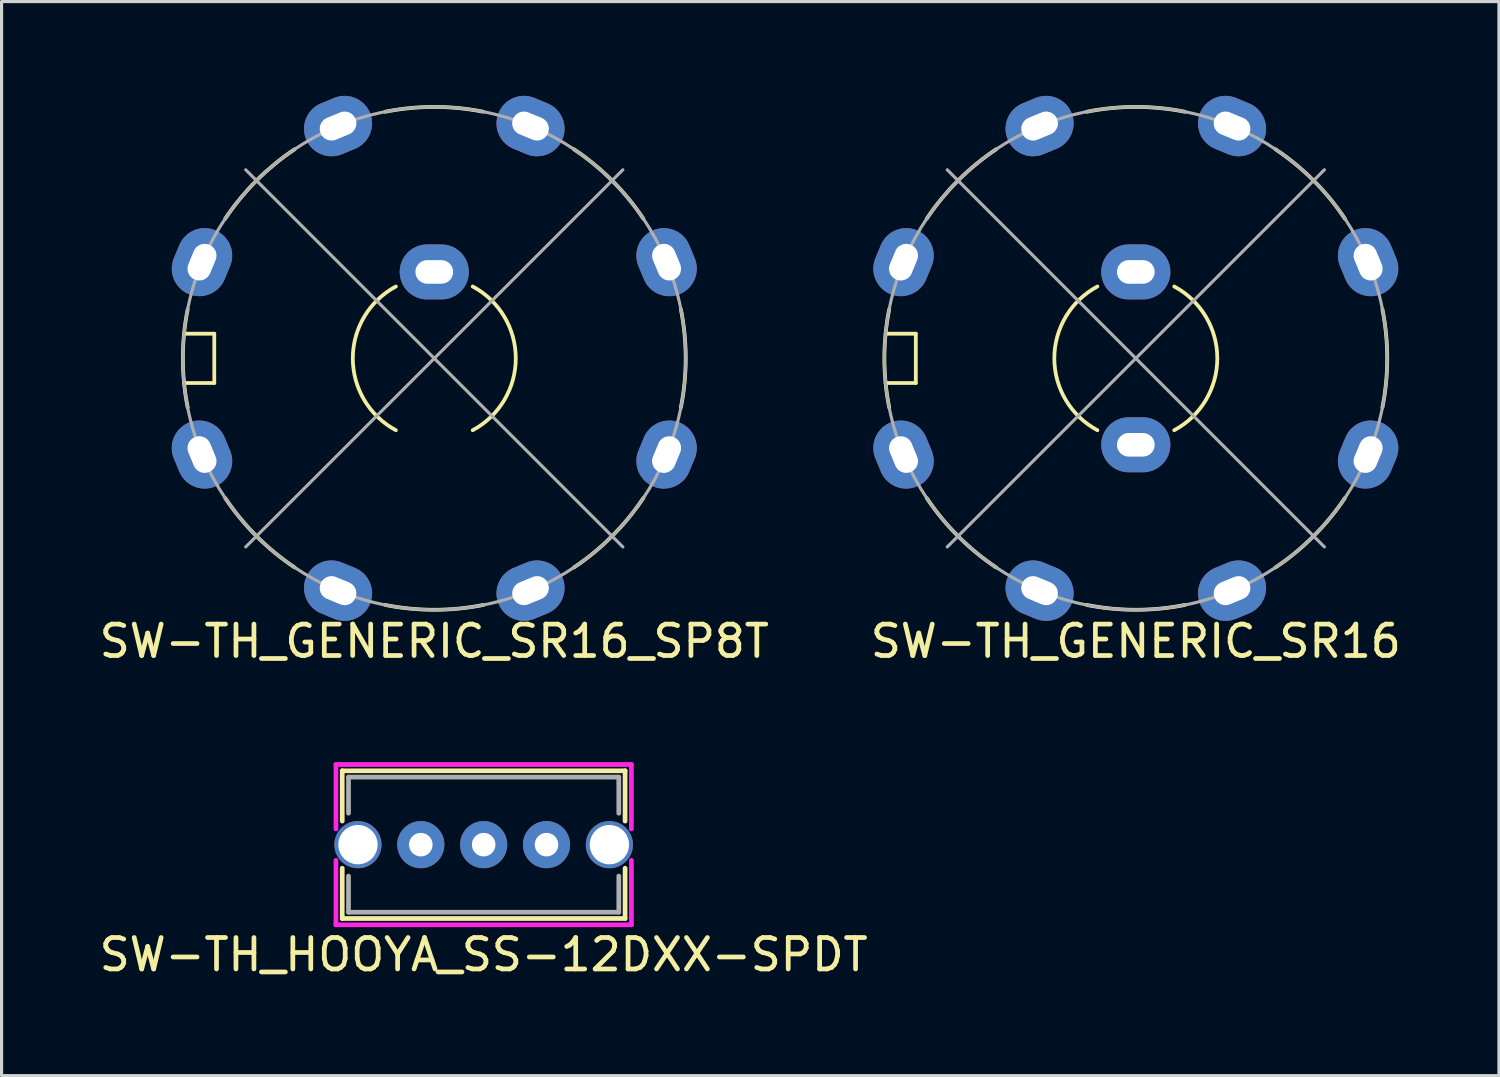
<source format=kicad_pcb>
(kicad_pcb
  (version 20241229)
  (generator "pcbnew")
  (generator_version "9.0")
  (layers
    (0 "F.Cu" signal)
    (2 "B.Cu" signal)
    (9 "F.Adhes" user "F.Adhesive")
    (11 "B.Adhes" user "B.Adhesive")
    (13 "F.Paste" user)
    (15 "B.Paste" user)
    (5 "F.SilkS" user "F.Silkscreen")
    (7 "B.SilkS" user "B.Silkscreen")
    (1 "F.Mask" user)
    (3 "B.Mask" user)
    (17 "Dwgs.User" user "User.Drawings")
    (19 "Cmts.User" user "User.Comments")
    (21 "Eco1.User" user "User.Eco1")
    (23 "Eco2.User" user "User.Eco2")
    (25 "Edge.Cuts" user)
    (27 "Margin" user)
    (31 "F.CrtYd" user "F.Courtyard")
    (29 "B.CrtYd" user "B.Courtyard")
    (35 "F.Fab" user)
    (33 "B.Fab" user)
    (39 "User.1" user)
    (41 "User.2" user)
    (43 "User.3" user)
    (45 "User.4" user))
  (footprint "SW-TH_GENERIC_SR16"
    (layer "F.Cu")
    (at 33.089 8.352)
    (property "Reference" "SW-TH_GENERIC_SR16" (at 0 9 0) (unlocked yes) (layer "F.SilkS") (effects (font (size 1 1) (thickness 0.15))))
    (attr through_hole)
    (fp_line (start -7.961 -0.784) (end -7 -0.784) (stroke (width 0.12) (type default)) (layer "F.SilkS"))
    (fp_line (start -7 -0.784) (end -7 0.784) (stroke (width 0.12) (type default)) (layer "F.SilkS"))
    (fp_line (start -7 0.784) (end -7.961 0.784) (stroke (width 0.12) (type default)) (layer "F.SilkS"))
    (fp_arc (start -7.846283 1.560724) (mid -8.000001 0.000001) (end -7.846283 -1.560722) (stroke (width 0.12) (type default)) (layer "F.SilkS"))
    (fp_arc (start -6.651757 -4.444562) (mid -5.656854 -5.656854) (end -4.444562 -6.651757) (stroke (width 0.12) (type default)) (layer "F.SilkS"))
    (fp_arc (start -4.444563 6.651756) (mid -5.656855 5.656853) (end -6.651758 4.444561) (stroke (width 0.12) (type default)) (layer "F.SilkS"))
    (fp_arc (start -1.560723 -7.846282) (mid 0 -8) (end 1.560723 -7.846282) (stroke (width 0.12) (type default)) (layer "F.SilkS"))
    (fp_arc (start -1.222159 2.2865) (mid -2.592635 0) (end -1.222159 -2.2865) (stroke (width 0.12) (type default)) (layer "F.SilkS"))
    (fp_arc (start 1.222159 -2.2865) (mid 2.592635 0) (end 1.222159 2.2865) (stroke (width 0.12) (type default)) (layer "F.SilkS"))
    (fp_arc (start 1.560723 7.846283) (mid 0 8.000001) (end -1.560723 7.846283) (stroke (width 0.12) (type default)) (layer "F.SilkS"))
    (fp_arc (start 4.444561 -6.651756) (mid 5.656853 -5.656853) (end 6.651756 -4.444561) (stroke (width 0.12) (type default)) (layer "F.SilkS"))
    (fp_arc (start 6.651755 4.444562) (mid 5.656852 5.656854) (end 4.44456 6.651757) (stroke (width 0.12) (type default)) (layer "F.SilkS"))
    (fp_arc (start 7.846283 -1.560723) (mid 8.000001 0) (end 7.846283 1.560723) (stroke (width 0.12) (type default)) (layer "F.SilkS"))
    (fp_line (start -6 -6) (end 6 6) (stroke (width 0.1) (type default)) (layer "F.Fab"))
    (fp_line (start 6 -6) (end -6 6) (stroke (width 0.1) (type default)) (layer "F.Fab"))
    (fp_circle (center 0 0) (end 0 8) (stroke (width 0.1) (type default)) (fill no) (layer "F.Fab"))
    (pad "1" thru_hole oval (at -7.391 -3.061 247.5) (size 2.2 1.75) (drill oval 1.2 0.75) (layers "*.Cu" "*.Mask"))
    (pad "2" thru_hole oval (at -3.062 -7.391 202.5) (size 2.2 1.75) (drill oval 1.2 0.75) (layers "*.Cu" "*.Mask"))
    (pad "3" thru_hole oval (at 3.062 -7.391 157.5) (size 2.2 1.75) (drill oval 1.2 0.75) (layers "*.Cu" "*.Mask"))
    (pad "4" thru_hole oval (at 7.391 -3.061 112.5) (size 2.2 1.75) (drill oval 1.2 0.75) (layers "*.Cu" "*.Mask"))
    (pad "5" thru_hole oval (at 7.391 3.061 67.5) (size 2.2 1.75) (drill oval 1.2 0.75) (layers "*.Cu" "*.Mask"))
    (pad "6" thru_hole oval (at 3.062 7.391 22.5) (size 2.2 1.75) (drill oval 1.2 0.75) (layers "*.Cu" "*.Mask"))
    (pad "7" thru_hole oval (at -3.062 7.391 337.5) (size 2.2 1.75) (drill oval 1.2 0.75) (layers "*.Cu" "*.Mask"))
    (pad "8" thru_hole oval (at -7.391 3.061 292.5) (size 2.2 1.75) (drill oval 1.2 0.75) (layers "*.Cu" "*.Mask"))
    (pad "9" thru_hole oval (at 0 -2.75) (size 2.2 1.75) (drill oval 1.2 0.75) (layers "*.Cu" "*.Mask"))
    (pad "10" thru_hole oval (at 0 2.75) (size 2.2 1.75) (drill oval 1.2 0.75) (layers "*.Cu" "*.Mask")))
  (footprint "SW-TH_GENERIC_SR16_SP8T"
    (layer "F.Cu")
    (at 10.768 8.352)
    (property "Reference" "SW-TH_GENERIC_SR16_SP8T" (at 0 9 0) (unlocked yes) (layer "F.SilkS") (effects (font (size 1 1) (thickness 0.15))))
    (attr through_hole)
    (fp_line (start -7.961 -0.784) (end -7 -0.784) (stroke (width 0.12) (type default)) (layer "F.SilkS"))
    (fp_line (start -7 -0.784) (end -7 0.784) (stroke (width 0.12) (type default)) (layer "F.SilkS"))
    (fp_line (start -7 0.784) (end -7.961 0.784) (stroke (width 0.12) (type default)) (layer "F.SilkS"))
    (fp_arc (start -7.846283 1.560724) (mid -8.000001 0.000001) (end -7.846283 -1.560722) (stroke (width 0.12) (type default)) (layer "F.SilkS"))
    (fp_arc (start -6.651757 -4.444562) (mid -5.656854 -5.656854) (end -4.444562 -6.651757) (stroke (width 0.12) (type default)) (layer "F.SilkS"))
    (fp_arc (start -4.444563 6.651756) (mid -5.656855 5.656853) (end -6.651758 4.444561) (stroke (width 0.12) (type default)) (layer "F.SilkS"))
    (fp_arc (start -1.560723 -7.846282) (mid 0 -8) (end 1.560723 -7.846282) (stroke (width 0.12) (type default)) (layer "F.SilkS"))
    (fp_arc (start -1.222159 2.2865) (mid -2.592635 0) (end -1.222159 -2.2865) (stroke (width 0.12) (type default)) (layer "F.SilkS"))
    (fp_arc (start 1.222159 -2.2865) (mid 2.592635 0) (end 1.222159 2.2865) (stroke (width 0.12) (type default)) (layer "F.SilkS"))
    (fp_arc (start 1.560723 7.846283) (mid 0 8.000001) (end -1.560723 7.846283) (stroke (width 0.12) (type default)) (layer "F.SilkS"))
    (fp_arc (start 4.444561 -6.651756) (mid 5.656853 -5.656853) (end 6.651756 -4.444561) (stroke (width 0.12) (type default)) (layer "F.SilkS"))
    (fp_arc (start 6.651755 4.444562) (mid 5.656852 5.656854) (end 4.44456 6.651757) (stroke (width 0.12) (type default)) (layer "F.SilkS"))
    (fp_arc (start 7.846283 -1.560723) (mid 8.000001 0) (end 7.846283 1.560723) (stroke (width 0.12) (type default)) (layer "F.SilkS"))
    (fp_line (start -6 -6) (end 6 6) (stroke (width 0.1) (type default)) (layer "F.Fab"))
    (fp_line (start 6 -6) (end -6 6) (stroke (width 0.1) (type default)) (layer "F.Fab"))
    (fp_circle (center 0 0) (end 0 8) (stroke (width 0.1) (type default)) (fill no) (layer "F.Fab"))
    (pad "1" thru_hole oval (at -7.391 -3.061 247.5) (size 2.2 1.75) (drill oval 1.2 0.75) (layers "*.Cu" "*.Mask"))
    (pad "2" thru_hole oval (at -3.062 -7.391 202.5) (size 2.2 1.75) (drill oval 1.2 0.75) (layers "*.Cu" "*.Mask"))
    (pad "3" thru_hole oval (at 3.062 -7.391 157.5) (size 2.2 1.75) (drill oval 1.2 0.75) (layers "*.Cu" "*.Mask"))
    (pad "4" thru_hole oval (at 7.391 -3.061 112.5) (size 2.2 1.75) (drill oval 1.2 0.75) (layers "*.Cu" "*.Mask"))
    (pad "5" thru_hole oval (at 7.391 3.061 67.5) (size 2.2 1.75) (drill oval 1.2 0.75) (layers "*.Cu" "*.Mask"))
    (pad "6" thru_hole oval (at 3.062 7.391 22.5) (size 2.2 1.75) (drill oval 1.2 0.75) (layers "*.Cu" "*.Mask"))
    (pad "7" thru_hole oval (at -3.062 7.391 337.5) (size 2.2 1.75) (drill oval 1.2 0.75) (layers "*.Cu" "*.Mask"))
    (pad "8" thru_hole oval (at -7.391 3.061 292.5) (size 2.2 1.75) (drill oval 1.2 0.75) (layers "*.Cu" "*.Mask"))
    (pad "9" thru_hole oval (at 0 -2.75) (size 2.2 1.75) (drill oval 1.2 0.75) (layers "*.Cu" "*.Mask")))
  (footprint "SW-TH_HOOYA_SS-12DXX-SPDT"
    (layer "F.Cu")
    (at 10.339 23.825)
    (property "Reference" "SW-TH_HOOYA_SS-12DXX-SPDT" (at 2 3.5 0) (layer "F.SilkS") (effects (font (size 1 1) (thickness 0.15))))
    (attr through_hole)
    (fp_line (start -2.5 -2.35) (end 6.5 -2.35) (stroke (width 0.15) (type solid)) (layer "F.SilkS"))
    (fp_line (start -2.5 -0.75) (end -2.5 -2.35) (stroke (width 0.15) (type solid)) (layer "F.SilkS"))
    (fp_line (start -2.5 0.75) (end -2.5 2.35) (stroke (width 0.15) (type solid)) (layer "F.SilkS"))
    (fp_line (start -2.5 2.35) (end 6.5 2.35) (stroke (width 0.15) (type solid)) (layer "F.SilkS"))
    (fp_line (start 6.5 -2.35) (end 6.5 -0.75) (stroke (width 0.15) (type solid)) (layer "F.SilkS"))
    (fp_line (start 6.5 2.35) (end 6.5 0.75) (stroke (width 0.15) (type solid)) (layer "F.SilkS"))
    (fp_line (start -2.7 -2.55) (end 6.7 -2.55) (stroke (width 0.15) (type solid)) (layer "F.CrtYd"))
    (fp_line (start -2.7 -0.5) (end -2.7 -2.55) (stroke (width 0.15) (type solid)) (layer "F.CrtYd"))
    (fp_line (start -2.7 0.5) (end -2.7 2.55) (stroke (width 0.15) (type solid)) (layer "F.CrtYd"))
    (fp_line (start -2.7 2.55) (end 6.7 2.55) (stroke (width 0.15) (type solid)) (layer "F.CrtYd"))
    (fp_line (start 6.7 -2.55) (end 6.7 -0.5) (stroke (width 0.15) (type solid)) (layer "F.CrtYd"))
    (fp_line (start 6.7 2.55) (end 6.7 0.5) (stroke (width 0.15) (type solid)) (layer "F.CrtYd"))
    (fp_line (start -2.3 -2.15) (end 6.3 -2.15) (stroke (width 0.15) (type solid)) (layer "F.Fab"))
    (fp_line (start -2.3 -1) (end -2.3 -2.15) (stroke (width 0.15) (type solid)) (layer "F.Fab"))
    (fp_line (start -2.3 1) (end -2.3 2.15) (stroke (width 0.15) (type solid)) (layer "F.Fab"))
    (fp_line (start -2.3 2.15) (end 6.3 2.15) (stroke (width 0.15) (type solid)) (layer "F.Fab"))
    (fp_line (start 6.3 -2.15) (end 6.3 -1) (stroke (width 0.15) (type solid)) (layer "F.Fab"))
    (fp_line (start 6.3 2.15) (end 6.3 1) (stroke (width 0.15) (type solid)) (layer "F.Fab"))
    (pad "" thru_hole circle (at -2 0) (size 1.5 1.5) (drill 1.25) (layers "*.Cu" "*.Mask"))
    (pad "" thru_hole circle (at 6 0) (size 1.5 1.5) (drill 1.25) (layers "*.Cu" "*.Mask"))
    (pad "1" thru_hole circle (at 0 0) (size 1.5 1.5) (drill 0.75) (layers "*.Cu" "*.Mask"))
    (pad "2" thru_hole circle (at 2 0) (size 1.5 1.5) (drill 0.75) (layers "*.Cu" "*.Mask"))
    (pad "3" thru_hole circle (at 4 0) (size 1.5 1.5) (drill 0.75) (layers "*.Cu" "*.Mask")))
  (gr_rect
    (start -3 -3)
    (end 44.643 31.174)
    (stroke (width 0.1) (type default))
    (fill no)
    (layer "Edge.Cuts")))
</source>
